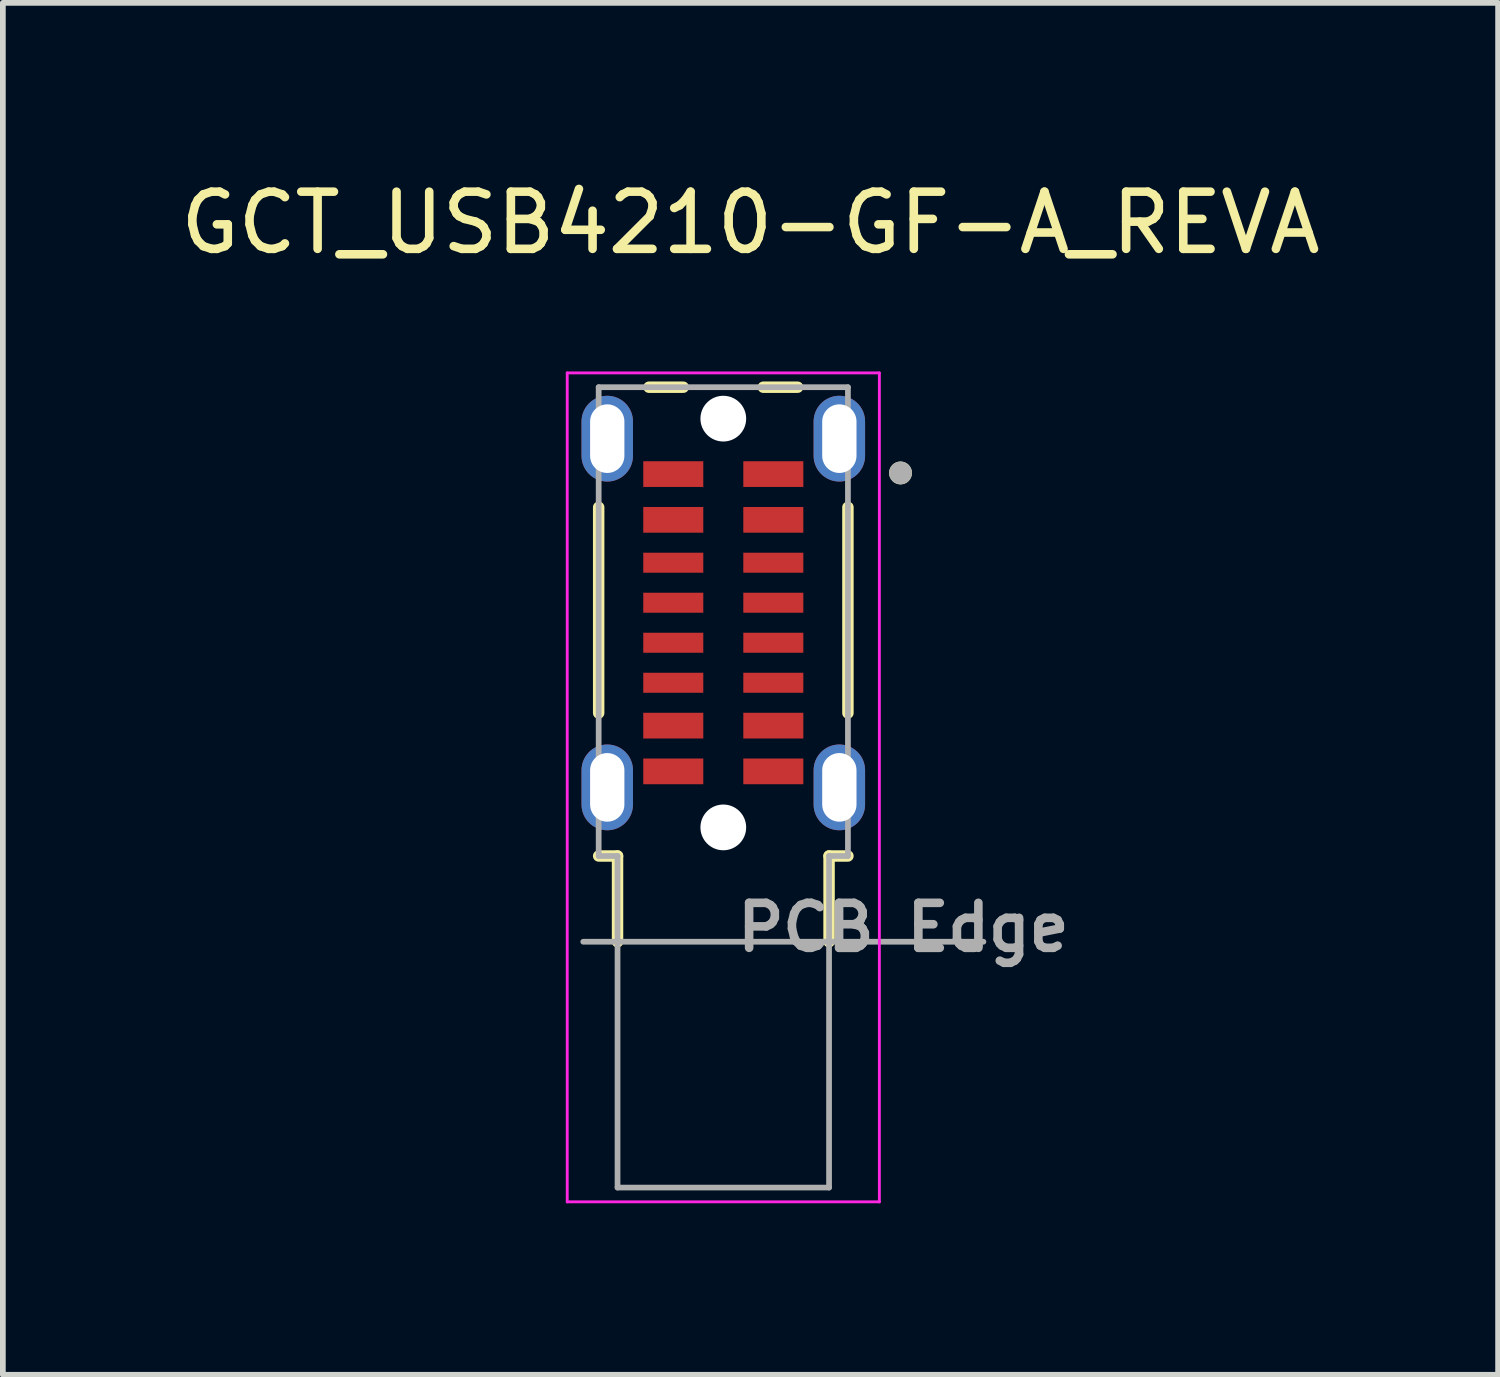
<source format=kicad_pcb>
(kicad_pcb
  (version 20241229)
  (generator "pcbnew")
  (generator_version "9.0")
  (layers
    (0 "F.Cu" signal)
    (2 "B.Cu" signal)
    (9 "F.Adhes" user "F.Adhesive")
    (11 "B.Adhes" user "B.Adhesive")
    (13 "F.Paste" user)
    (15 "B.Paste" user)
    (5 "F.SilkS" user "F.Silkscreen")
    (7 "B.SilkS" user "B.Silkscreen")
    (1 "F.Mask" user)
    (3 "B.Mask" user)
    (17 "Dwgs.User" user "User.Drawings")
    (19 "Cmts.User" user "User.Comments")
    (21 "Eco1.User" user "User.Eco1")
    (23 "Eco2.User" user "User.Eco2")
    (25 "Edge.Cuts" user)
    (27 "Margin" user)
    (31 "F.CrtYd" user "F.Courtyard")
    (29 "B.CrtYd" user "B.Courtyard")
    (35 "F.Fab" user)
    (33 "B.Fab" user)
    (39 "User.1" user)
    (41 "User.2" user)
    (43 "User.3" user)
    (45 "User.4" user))
  (footprint "GCT_USB4210-GF-A_REVA"
    (layer "F.Cu")
    (at 9.602 13.423)
    (property "Reference" "GCT_USB4210-GF-A_REVA" (at 0.475 -12.575 0) (layer "F.SilkS") (effects (font (size 1 1) (thickness 0.15))))
    (attr smd)
    (fp_line (start -2.18 -7.6) (end -2.18 -4) (stroke (width 0.2) (type solid)) (layer "F.SilkS"))
    (fp_line (start -2.18 -1.5) (end -1.85 -1.5) (stroke (width 0.2) (type solid)) (layer "F.SilkS"))
    (fp_line (start -1.85 -1.5) (end -1.85 0) (stroke (width 0.2) (type solid)) (layer "F.SilkS"))
    (fp_line (start -1.3 -9.7) (end -0.7 -9.7) (stroke (width 0.2) (type solid)) (layer "F.SilkS"))
    (fp_line (start 1.3 -9.7) (end 0.7 -9.7) (stroke (width 0.2) (type solid)) (layer "F.SilkS"))
    (fp_line (start 1.85 -1.5) (end 1.85 0) (stroke (width 0.2) (type solid)) (layer "F.SilkS"))
    (fp_line (start 2.18 -7.6) (end 2.18 -4) (stroke (width 0.2) (type solid)) (layer "F.SilkS"))
    (fp_line (start 2.18 -1.5) (end 1.85 -1.5) (stroke (width 0.2) (type solid)) (layer "F.SilkS"))
    (fp_circle (center 3.1 -8.2) (end 3.2 -8.2) (stroke (width 0.2) (type solid)) (fill no) (layer "F.SilkS"))
    (fp_line (start -2.73 -9.95) (end -2.73 4.55) (stroke (width 0.05) (type solid)) (layer "F.CrtYd"))
    (fp_line (start -2.73 4.55) (end 2.73 4.55) (stroke (width 0.05) (type solid)) (layer "F.CrtYd"))
    (fp_line (start 2.73 -9.95) (end -2.73 -9.95) (stroke (width 0.05) (type solid)) (layer "F.CrtYd"))
    (fp_line (start 2.73 4.55) (end 2.73 -9.95) (stroke (width 0.05) (type solid)) (layer "F.CrtYd"))
    (fp_line (start -2.45 0) (end 4.55 0) (stroke (width 0.1) (type solid)) (layer "F.Fab"))
    (fp_line (start -2.18 -9.7) (end -2.18 -1.5) (stroke (width 0.1) (type solid)) (layer "F.Fab"))
    (fp_line (start -2.18 -1.5) (end -1.85 -1.5) (stroke (width 0.1) (type solid)) (layer "F.Fab"))
    (fp_line (start -1.85 -1.5) (end -1.85 4.3) (stroke (width 0.1) (type solid)) (layer "F.Fab"))
    (fp_line (start -1.85 4.3) (end 1.85 4.3) (stroke (width 0.1) (type solid)) (layer "F.Fab"))
    (fp_line (start 1.85 -1.5) (end 2.18 -1.5) (stroke (width 0.1) (type solid)) (layer "F.Fab"))
    (fp_line (start 1.85 4.3) (end 1.85 -1.5) (stroke (width 0.1) (type solid)) (layer "F.Fab"))
    (fp_line (start 2.18 -9.7) (end -2.18 -9.7) (stroke (width 0.1) (type solid)) (layer "F.Fab"))
    (fp_line (start 2.18 -1.5) (end 2.18 -9.7) (stroke (width 0.1) (type solid)) (layer "F.Fab"))
    (fp_circle (center 3.1 -8.2) (end 3.2 -8.2) (stroke (width 0.2) (type solid)) (fill no) (layer "F.Fab"))
    (fp_text user "PCB Edge" (at 3.15 -0.25 0) (layer "F.Fab") (effects (font (size 0.787 0.787) (thickness 0.15))))
    (pad "" np_thru_hole circle (at 0 -9.15) (size 0.8 0.8) (drill 0.8) (layers "*.Cu" "*.Mask"))
    (pad "" np_thru_hole circle (at 0 -2) (size 0.8 0.8) (drill 0.8) (layers "*.Cu" "*.Mask"))
    (pad "A1" smd rect (at 0.875 -8.18) (size 1.05 0.45) (layers "F.Cu" "F.Mask" "F.Paste"))
    (pad "A4" smd rect (at 0.875 -7.38) (size 1.05 0.45) (layers "F.Cu" "F.Mask" "F.Paste"))
    (pad "A5" smd rect (at 0.875 -6.63) (size 1.05 0.35) (layers "F.Cu" "F.Mask" "F.Paste"))
    (pad "A6" smd rect (at 0.875 -5.93) (size 1.05 0.35) (layers "F.Cu" "F.Mask" "F.Paste"))
    (pad "A7" smd rect (at 0.875 -5.23) (size 1.05 0.35) (layers "F.Cu" "F.Mask" "F.Paste"))
    (pad "A8" smd rect (at 0.875 -4.53) (size 1.05 0.35) (layers "F.Cu" "F.Mask" "F.Paste"))
    (pad "A9" smd rect (at 0.875 -3.78) (size 1.05 0.45) (layers "F.Cu" "F.Mask" "F.Paste"))
    (pad "A12" smd rect (at 0.875 -2.98) (size 1.05 0.45) (layers "F.Cu" "F.Mask" "F.Paste"))
    (pad "B1" smd rect (at -0.875 -2.98) (size 1.05 0.45) (layers "F.Cu" "F.Mask" "F.Paste"))
    (pad "B4" smd rect (at -0.875 -3.78) (size 1.05 0.45) (layers "F.Cu" "F.Mask" "F.Paste"))
    (pad "B5" smd rect (at -0.875 -4.53) (size 1.05 0.35) (layers "F.Cu" "F.Mask" "F.Paste"))
    (pad "B6" smd rect (at -0.875 -5.23) (size 1.05 0.35) (layers "F.Cu" "F.Mask" "F.Paste"))
    (pad "B7" smd rect (at -0.875 -5.93) (size 1.05 0.35) (layers "F.Cu" "F.Mask" "F.Paste"))
    (pad "B8" smd rect (at -0.875 -6.63) (size 1.05 0.35) (layers "F.Cu" "F.Mask" "F.Paste"))
    (pad "B9" smd rect (at -0.875 -7.38) (size 1.05 0.45) (layers "F.Cu" "F.Mask" "F.Paste"))
    (pad "B12" smd rect (at -0.875 -8.18) (size 1.05 0.45) (layers "F.Cu" "F.Mask" "F.Paste"))
    (pad "SH1" thru_hole oval (at -2.03 -2.7) (size 0.9 1.5) (drill oval 0.6 1.2) (layers "*.Cu" "*.Mask"))
    (pad "SH2" thru_hole oval (at 2.03 -2.7) (size 0.9 1.5) (drill oval 0.6 1.2) (layers "*.Cu" "*.Mask"))
    (pad "SH3" thru_hole oval (at 2.03 -8.8) (size 0.9 1.5) (drill oval 0.6 1.2) (layers "*.Cu" "*.Mask"))
    (pad "SH4" thru_hole oval (at -2.03 -8.8) (size 0.9 1.5) (drill oval 0.6 1.2) (layers "*.Cu" "*.Mask")))
  (gr_rect
    (start -3 -3)
    (end 23.155 20.998)
    (stroke (width 0.1) (type default))
    (fill no)
    (layer "Edge.Cuts")))
</source>
